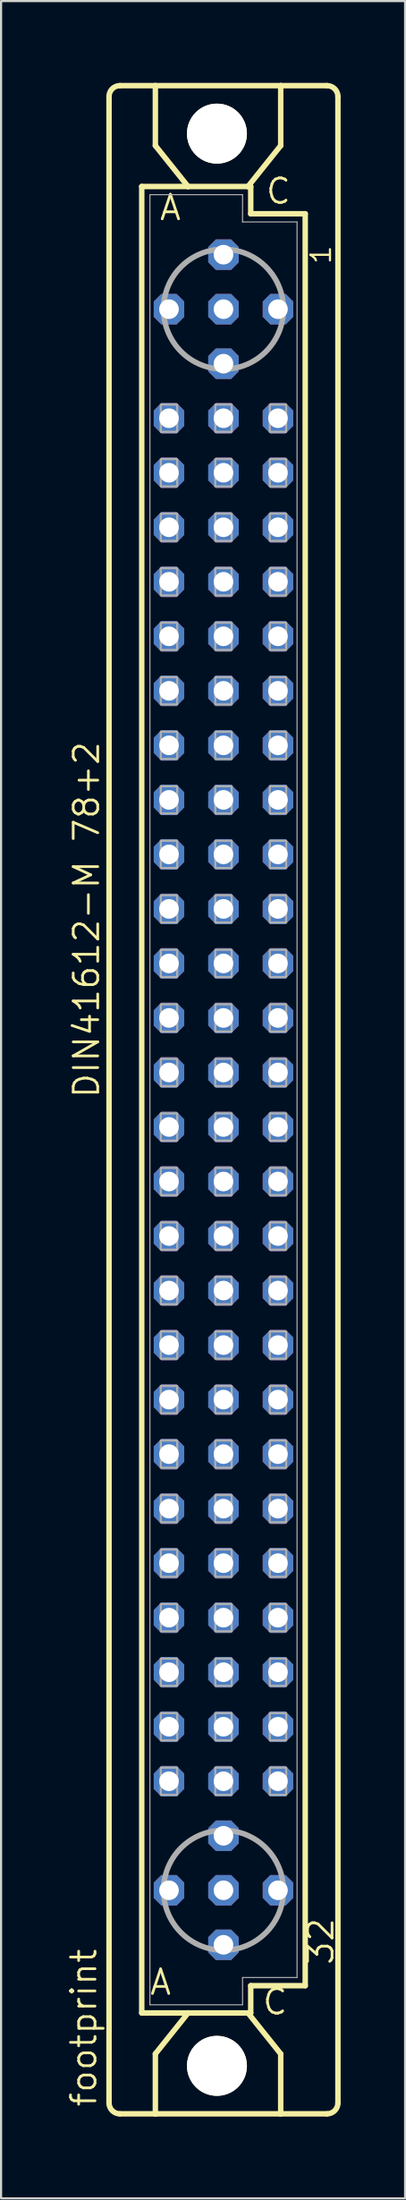
<source format=kicad_pcb>
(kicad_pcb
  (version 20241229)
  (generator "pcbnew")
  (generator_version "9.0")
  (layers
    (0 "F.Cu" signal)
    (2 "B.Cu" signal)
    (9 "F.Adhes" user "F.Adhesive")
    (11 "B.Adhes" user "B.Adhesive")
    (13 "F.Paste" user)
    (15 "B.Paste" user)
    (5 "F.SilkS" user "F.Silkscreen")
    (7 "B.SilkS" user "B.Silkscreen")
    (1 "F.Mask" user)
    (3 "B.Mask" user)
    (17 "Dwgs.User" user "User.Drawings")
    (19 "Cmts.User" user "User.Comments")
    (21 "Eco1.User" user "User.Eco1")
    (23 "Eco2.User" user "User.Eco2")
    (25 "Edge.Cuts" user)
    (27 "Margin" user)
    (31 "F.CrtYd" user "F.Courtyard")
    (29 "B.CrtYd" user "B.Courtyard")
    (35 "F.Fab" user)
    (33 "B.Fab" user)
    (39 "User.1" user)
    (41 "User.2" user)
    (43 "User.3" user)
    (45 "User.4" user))
  (footprint "footprint"
    (layer "F.Cu")
    (at 7.366 48.184)
    (property "Reference" "footprint" (at -5.842 46.99 90) (layer "F.SilkS") (effects (font (size 1.143 1.143) (thickness 0.127)) (justify left bottom)))
    (fp_line (start -5.334 46.736) (end -5.334 -46.736) (stroke (width 0.254) (type solid)) (layer "F.SilkS"))
    (fp_line (start -4.826 -47.244) (end -3.175 -47.244) (stroke (width 0.254) (type solid)) (layer "F.SilkS"))
    (fp_line (start -4.826 47.244) (end -3.175 47.244) (stroke (width 0.254) (type solid)) (layer "F.SilkS"))
    (fp_line (start -3.81 -42.545) (end -3.81 42.545) (stroke (width 0.254) (type solid)) (layer "F.SilkS"))
    (fp_line (start -3.81 42.545) (end -1.651 42.545) (stroke (width 0.254) (type solid)) (layer "F.SilkS"))
    (fp_line (start -3.175 -47.244) (end -3.175 -44.45) (stroke (width 0.254) (type solid)) (layer "F.SilkS"))
    (fp_line (start -3.175 47.244) (end -3.175 44.45) (stroke (width 0.254) (type solid)) (layer "F.SilkS"))
    (fp_line (start -3.175 47.244) (end 2.667 47.244) (stroke (width 0.254) (type solid)) (layer "F.SilkS"))
    (fp_line (start -1.651 -42.545) (end -3.81 -42.545) (stroke (width 0.254) (type solid)) (layer "F.SilkS"))
    (fp_line (start -1.651 -42.545) (end -3.175 -44.45) (stroke (width 0.254) (type solid)) (layer "F.SilkS"))
    (fp_line (start -1.651 42.545) (end -3.175 44.45) (stroke (width 0.254) (type solid)) (layer "F.SilkS"))
    (fp_line (start -1.651 42.545) (end 1.143 42.545) (stroke (width 0.254) (type solid)) (layer "F.SilkS"))
    (fp_line (start 1.143 -42.545) (end -1.651 -42.545) (stroke (width 0.254) (type solid)) (layer "F.SilkS"))
    (fp_line (start 1.143 -42.545) (end 2.667 -44.45) (stroke (width 0.254) (type solid)) (layer "F.SilkS"))
    (fp_line (start 1.143 42.545) (end 1.27 42.545) (stroke (width 0.254) (type solid)) (layer "F.SilkS"))
    (fp_line (start 1.143 42.545) (end 2.667 44.45) (stroke (width 0.254) (type solid)) (layer "F.SilkS"))
    (fp_line (start 1.27 -42.545) (end 1.143 -42.545) (stroke (width 0.254) (type solid)) (layer "F.SilkS"))
    (fp_line (start 1.27 -41.275) (end 1.27 -42.545) (stroke (width 0.254) (type solid)) (layer "F.SilkS"))
    (fp_line (start 1.27 41.275) (end 3.81 41.275) (stroke (width 0.254) (type solid)) (layer "F.SilkS"))
    (fp_line (start 1.27 42.545) (end 1.27 41.275) (stroke (width 0.254) (type solid)) (layer "F.SilkS"))
    (fp_line (start 2.667 -47.244) (end -3.175 -47.244) (stroke (width 0.254) (type solid)) (layer "F.SilkS"))
    (fp_line (start 2.667 -47.244) (end 2.667 -44.45) (stroke (width 0.254) (type solid)) (layer "F.SilkS"))
    (fp_line (start 2.667 47.244) (end 2.667 44.45) (stroke (width 0.254) (type solid)) (layer "F.SilkS"))
    (fp_line (start 2.667 47.244) (end 4.826 47.244) (stroke (width 0.254) (type solid)) (layer "F.SilkS"))
    (fp_line (start 3.81 -41.275) (end 1.27 -41.275) (stroke (width 0.254) (type solid)) (layer "F.SilkS"))
    (fp_line (start 3.81 41.275) (end 3.81 -41.275) (stroke (width 0.254) (type solid)) (layer "F.SilkS"))
    (fp_line (start 4.826 -47.244) (end 2.667 -47.244) (stroke (width 0.254) (type solid)) (layer "F.SilkS"))
    (fp_line (start 5.334 46.736) (end 5.334 -46.736) (stroke (width 0.254) (type solid)) (layer "F.SilkS"))
    (fp_arc (start -5.334 -46.736) (mid -5.18521 -47.09521) (end -4.826 -47.244) (stroke (width 0.254) (type solid)) (layer "F.SilkS"))
    (fp_arc (start -4.826 47.244) (mid -5.18521 47.09521) (end -5.334 46.736) (stroke (width 0.254) (type solid)) (layer "F.SilkS"))
    (fp_arc (start 4.826 -47.244) (mid 5.18521 -47.09521) (end 5.334 -46.736) (stroke (width 0.254) (type solid)) (layer "F.SilkS"))
    (fp_arc (start 5.334 46.736) (mid 5.18521 47.09521) (end 4.826 47.244) (stroke (width 0.254) (type solid)) (layer "F.SilkS"))
    (fp_circle (center -0.305 -45.009) (end 0.965 -45.009) (stroke (width 0.254) (type solid)) (fill no) (layer "F.SilkS"))
    (fp_circle (center -0.305 45.009) (end 0.965 45.009) (stroke (width 0.254) (type solid)) (fill no) (layer "F.SilkS"))
    (fp_line (start -3.429 -42.164) (end -3.429 42.164) (stroke (width 0.051) (type solid)) (layer "F.Fab"))
    (fp_line (start -3.429 -42.164) (end 0.889 -42.164) (stroke (width 0.051) (type solid)) (layer "F.Fab"))
    (fp_line (start -3.429 42.164) (end 0.889 42.164) (stroke (width 0.051) (type solid)) (layer "F.Fab"))
    (fp_line (start 0.889 -42.164) (end 0.889 -40.894) (stroke (width 0.051) (type solid)) (layer "F.Fab"))
    (fp_line (start 0.889 -40.894) (end 3.429 -40.894) (stroke (width 0.051) (type solid)) (layer "F.Fab"))
    (fp_line (start 0.889 40.894) (end 3.429 40.894) (stroke (width 0.051) (type solid)) (layer "F.Fab"))
    (fp_line (start 0.889 42.164) (end 0.889 40.894) (stroke (width 0.051) (type solid)) (layer "F.Fab"))
    (fp_line (start 3.429 -40.894) (end 3.429 40.894) (stroke (width 0.051) (type solid)) (layer "F.Fab"))
    (fp_circle (center 0 -36.83) (end 2.794 -36.83) (stroke (width 0.254) (type solid)) (fill no) (layer "F.Fab"))
    (fp_circle (center 0 36.83) (end 2.794 36.83) (stroke (width 0.254) (type solid)) (fill no) (layer "F.Fab"))
    (fp_poly (pts (xy -2.921 -31.115) (xy -2.159 -31.115) (xy -2.159 -32.385) (xy -2.921 -32.385)) (stroke (width 0.1) (type solid)) (fill no) (layer "F.Fab"))
    (fp_poly (pts (xy -2.921 -28.575) (xy -2.159 -28.575) (xy -2.159 -29.845) (xy -2.921 -29.845)) (stroke (width 0.1) (type solid)) (fill no) (layer "F.Fab"))
    (fp_poly (pts (xy -2.921 -26.035) (xy -2.159 -26.035) (xy -2.159 -27.305) (xy -2.921 -27.305)) (stroke (width 0.1) (type solid)) (fill no) (layer "F.Fab"))
    (fp_poly (pts (xy -2.921 -23.495) (xy -2.159 -23.495) (xy -2.159 -24.765) (xy -2.921 -24.765)) (stroke (width 0.1) (type solid)) (fill no) (layer "F.Fab"))
    (fp_poly (pts (xy -2.921 -20.955) (xy -2.159 -20.955) (xy -2.159 -22.225) (xy -2.921 -22.225)) (stroke (width 0.1) (type solid)) (fill no) (layer "F.Fab"))
    (fp_poly (pts (xy -2.921 -18.415) (xy -2.159 -18.415) (xy -2.159 -19.685) (xy -2.921 -19.685)) (stroke (width 0.1) (type solid)) (fill no) (layer "F.Fab"))
    (fp_poly (pts (xy -2.921 -15.875) (xy -2.159 -15.875) (xy -2.159 -17.145) (xy -2.921 -17.145)) (stroke (width 0.1) (type solid)) (fill no) (layer "F.Fab"))
    (fp_poly (pts (xy -2.921 -13.335) (xy -2.159 -13.335) (xy -2.159 -14.605) (xy -2.921 -14.605)) (stroke (width 0.1) (type solid)) (fill no) (layer "F.Fab"))
    (fp_poly (pts (xy -2.921 -10.795) (xy -2.159 -10.795) (xy -2.159 -12.065) (xy -2.921 -12.065)) (stroke (width 0.1) (type solid)) (fill no) (layer "F.Fab"))
    (fp_poly (pts (xy -2.921 -8.255) (xy -2.159 -8.255) (xy -2.159 -9.525) (xy -2.921 -9.525)) (stroke (width 0.1) (type solid)) (fill no) (layer "F.Fab"))
    (fp_poly (pts (xy -2.921 -5.715) (xy -2.159 -5.715) (xy -2.159 -6.985) (xy -2.921 -6.985)) (stroke (width 0.1) (type solid)) (fill no) (layer "F.Fab"))
    (fp_poly (pts (xy -2.921 -3.175) (xy -2.159 -3.175) (xy -2.159 -4.445) (xy -2.921 -4.445)) (stroke (width 0.1) (type solid)) (fill no) (layer "F.Fab"))
    (fp_poly (pts (xy -2.921 -0.635) (xy -2.159 -0.635) (xy -2.159 -1.905) (xy -2.921 -1.905)) (stroke (width 0.1) (type solid)) (fill no) (layer "F.Fab"))
    (fp_poly (pts (xy -2.921 1.905) (xy -2.159 1.905) (xy -2.159 0.635) (xy -2.921 0.635)) (stroke (width 0.1) (type solid)) (fill no) (layer "F.Fab"))
    (fp_poly (pts (xy -2.921 4.445) (xy -2.159 4.445) (xy -2.159 3.175) (xy -2.921 3.175)) (stroke (width 0.1) (type solid)) (fill no) (layer "F.Fab"))
    (fp_poly (pts (xy -2.921 6.985) (xy -2.159 6.985) (xy -2.159 5.715) (xy -2.921 5.715)) (stroke (width 0.1) (type solid)) (fill no) (layer "F.Fab"))
    (fp_poly (pts (xy -2.921 9.525) (xy -2.159 9.525) (xy -2.159 8.255) (xy -2.921 8.255)) (stroke (width 0.1) (type solid)) (fill no) (layer "F.Fab"))
    (fp_poly (pts (xy -2.921 12.065) (xy -2.159 12.065) (xy -2.159 10.795) (xy -2.921 10.795)) (stroke (width 0.1) (type solid)) (fill no) (layer "F.Fab"))
    (fp_poly (pts (xy -2.921 14.605) (xy -2.159 14.605) (xy -2.159 13.335) (xy -2.921 13.335)) (stroke (width 0.1) (type solid)) (fill no) (layer "F.Fab"))
    (fp_poly (pts (xy -2.921 17.145) (xy -2.159 17.145) (xy -2.159 15.875) (xy -2.921 15.875)) (stroke (width 0.1) (type solid)) (fill no) (layer "F.Fab"))
    (fp_poly (pts (xy -2.921 19.685) (xy -2.159 19.685) (xy -2.159 18.415) (xy -2.921 18.415)) (stroke (width 0.1) (type solid)) (fill no) (layer "F.Fab"))
    (fp_poly (pts (xy -2.921 22.225) (xy -2.159 22.225) (xy -2.159 20.955) (xy -2.921 20.955)) (stroke (width 0.1) (type solid)) (fill no) (layer "F.Fab"))
    (fp_poly (pts (xy -2.921 24.765) (xy -2.159 24.765) (xy -2.159 23.495) (xy -2.921 23.495)) (stroke (width 0.1) (type solid)) (fill no) (layer "F.Fab"))
    (fp_poly (pts (xy -2.921 27.305) (xy -2.159 27.305) (xy -2.159 26.035) (xy -2.921 26.035)) (stroke (width 0.1) (type solid)) (fill no) (layer "F.Fab"))
    (fp_poly (pts (xy -2.921 29.845) (xy -2.159 29.845) (xy -2.159 28.575) (xy -2.921 28.575)) (stroke (width 0.1) (type solid)) (fill no) (layer "F.Fab"))
    (fp_poly (pts (xy -2.921 32.385) (xy -2.159 32.385) (xy -2.159 31.115) (xy -2.921 31.115)) (stroke (width 0.1) (type solid)) (fill no) (layer "F.Fab"))
    (fp_poly (pts (xy -0.381 -31.115) (xy 0.381 -31.115) (xy 0.381 -32.385) (xy -0.381 -32.385)) (stroke (width 0.1) (type solid)) (fill no) (layer "F.Fab"))
    (fp_poly (pts (xy -0.381 -28.575) (xy 0.381 -28.575) (xy 0.381 -29.845) (xy -0.381 -29.845)) (stroke (width 0.1) (type solid)) (fill no) (layer "F.Fab"))
    (fp_poly (pts (xy -0.381 -26.035) (xy 0.381 -26.035) (xy 0.381 -27.305) (xy -0.381 -27.305)) (stroke (width 0.1) (type solid)) (fill no) (layer "F.Fab"))
    (fp_poly (pts (xy -0.381 -23.495) (xy 0.381 -23.495) (xy 0.381 -24.765) (xy -0.381 -24.765)) (stroke (width 0.1) (type solid)) (fill no) (layer "F.Fab"))
    (fp_poly (pts (xy -0.381 -20.955) (xy 0.381 -20.955) (xy 0.381 -22.225) (xy -0.381 -22.225)) (stroke (width 0.1) (type solid)) (fill no) (layer "F.Fab"))
    (fp_poly (pts (xy -0.381 -18.415) (xy 0.381 -18.415) (xy 0.381 -19.685) (xy -0.381 -19.685)) (stroke (width 0.1) (type solid)) (fill no) (layer "F.Fab"))
    (fp_poly (pts (xy -0.381 -15.875) (xy 0.381 -15.875) (xy 0.381 -17.145) (xy -0.381 -17.145)) (stroke (width 0.1) (type solid)) (fill no) (layer "F.Fab"))
    (fp_poly (pts (xy -0.381 -13.335) (xy 0.381 -13.335) (xy 0.381 -14.605) (xy -0.381 -14.605)) (stroke (width 0.1) (type solid)) (fill no) (layer "F.Fab"))
    (fp_poly (pts (xy -0.381 -10.795) (xy 0.381 -10.795) (xy 0.381 -12.065) (xy -0.381 -12.065)) (stroke (width 0.1) (type solid)) (fill no) (layer "F.Fab"))
    (fp_poly (pts (xy -0.381 -8.255) (xy 0.381 -8.255) (xy 0.381 -9.525) (xy -0.381 -9.525)) (stroke (width 0.1) (type solid)) (fill no) (layer "F.Fab"))
    (fp_poly (pts (xy -0.381 -5.715) (xy 0.381 -5.715) (xy 0.381 -6.985) (xy -0.381 -6.985)) (stroke (width 0.1) (type solid)) (fill no) (layer "F.Fab"))
    (fp_poly (pts (xy -0.381 -3.175) (xy 0.381 -3.175) (xy 0.381 -4.445) (xy -0.381 -4.445)) (stroke (width 0.1) (type solid)) (fill no) (layer "F.Fab"))
    (fp_poly (pts (xy -0.381 -0.635) (xy 0.381 -0.635) (xy 0.381 -1.905) (xy -0.381 -1.905)) (stroke (width 0.1) (type solid)) (fill no) (layer "F.Fab"))
    (fp_poly (pts (xy -0.381 1.905) (xy 0.381 1.905) (xy 0.381 0.635) (xy -0.381 0.635)) (stroke (width 0.1) (type solid)) (fill no) (layer "F.Fab"))
    (fp_poly (pts (xy -0.381 4.445) (xy 0.381 4.445) (xy 0.381 3.175) (xy -0.381 3.175)) (stroke (width 0.1) (type solid)) (fill no) (layer "F.Fab"))
    (fp_poly (pts (xy -0.381 6.985) (xy 0.381 6.985) (xy 0.381 5.715) (xy -0.381 5.715)) (stroke (width 0.1) (type solid)) (fill no) (layer "F.Fab"))
    (fp_poly (pts (xy -0.381 9.525) (xy 0.381 9.525) (xy 0.381 8.255) (xy -0.381 8.255)) (stroke (width 0.1) (type solid)) (fill no) (layer "F.Fab"))
    (fp_poly (pts (xy -0.381 12.065) (xy 0.381 12.065) (xy 0.381 10.795) (xy -0.381 10.795)) (stroke (width 0.1) (type solid)) (fill no) (layer "F.Fab"))
    (fp_poly (pts (xy -0.381 14.605) (xy 0.381 14.605) (xy 0.381 13.335) (xy -0.381 13.335)) (stroke (width 0.1) (type solid)) (fill no) (layer "F.Fab"))
    (fp_poly (pts (xy -0.381 17.145) (xy 0.381 17.145) (xy 0.381 15.875) (xy -0.381 15.875)) (stroke (width 0.1) (type solid)) (fill no) (layer "F.Fab"))
    (fp_poly (pts (xy -0.381 19.685) (xy 0.381 19.685) (xy 0.381 18.415) (xy -0.381 18.415)) (stroke (width 0.1) (type solid)) (fill no) (layer "F.Fab"))
    (fp_poly (pts (xy -0.381 22.225) (xy 0.381 22.225) (xy 0.381 20.955) (xy -0.381 20.955)) (stroke (width 0.1) (type solid)) (fill no) (layer "F.Fab"))
    (fp_poly (pts (xy -0.381 24.765) (xy 0.381 24.765) (xy 0.381 23.495) (xy -0.381 23.495)) (stroke (width 0.1) (type solid)) (fill no) (layer "F.Fab"))
    (fp_poly (pts (xy -0.381 27.305) (xy 0.381 27.305) (xy 0.381 26.035) (xy -0.381 26.035)) (stroke (width 0.1) (type solid)) (fill no) (layer "F.Fab"))
    (fp_poly (pts (xy -0.381 29.845) (xy 0.381 29.845) (xy 0.381 28.575) (xy -0.381 28.575)) (stroke (width 0.1) (type solid)) (fill no) (layer "F.Fab"))
    (fp_poly (pts (xy -0.381 32.385) (xy 0.381 32.385) (xy 0.381 31.115) (xy -0.381 31.115)) (stroke (width 0.1) (type solid)) (fill no) (layer "F.Fab"))
    (fp_poly (pts (xy 2.159 -31.115) (xy 2.921 -31.115) (xy 2.921 -32.385) (xy 2.159 -32.385)) (stroke (width 0.1) (type solid)) (fill no) (layer "F.Fab"))
    (fp_poly (pts (xy 2.159 -28.575) (xy 2.921 -28.575) (xy 2.921 -29.845) (xy 2.159 -29.845)) (stroke (width 0.1) (type solid)) (fill no) (layer "F.Fab"))
    (fp_poly (pts (xy 2.159 -26.035) (xy 2.921 -26.035) (xy 2.921 -27.305) (xy 2.159 -27.305)) (stroke (width 0.1) (type solid)) (fill no) (layer "F.Fab"))
    (fp_poly (pts (xy 2.159 -23.495) (xy 2.921 -23.495) (xy 2.921 -24.765) (xy 2.159 -24.765)) (stroke (width 0.1) (type solid)) (fill no) (layer "F.Fab"))
    (fp_poly (pts (xy 2.159 -20.955) (xy 2.921 -20.955) (xy 2.921 -22.225) (xy 2.159 -22.225)) (stroke (width 0.1) (type solid)) (fill no) (layer "F.Fab"))
    (fp_poly (pts (xy 2.159 -18.415) (xy 2.921 -18.415) (xy 2.921 -19.685) (xy 2.159 -19.685)) (stroke (width 0.1) (type solid)) (fill no) (layer "F.Fab"))
    (fp_poly (pts (xy 2.159 -15.875) (xy 2.921 -15.875) (xy 2.921 -17.145) (xy 2.159 -17.145)) (stroke (width 0.1) (type solid)) (fill no) (layer "F.Fab"))
    (fp_poly (pts (xy 2.159 -13.335) (xy 2.921 -13.335) (xy 2.921 -14.605) (xy 2.159 -14.605)) (stroke (width 0.1) (type solid)) (fill no) (layer "F.Fab"))
    (fp_poly (pts (xy 2.159 -10.795) (xy 2.921 -10.795) (xy 2.921 -12.065) (xy 2.159 -12.065)) (stroke (width 0.1) (type solid)) (fill no) (layer "F.Fab"))
    (fp_poly (pts (xy 2.159 -8.255) (xy 2.921 -8.255) (xy 2.921 -9.525) (xy 2.159 -9.525)) (stroke (width 0.1) (type solid)) (fill no) (layer "F.Fab"))
    (fp_poly (pts (xy 2.159 -5.715) (xy 2.921 -5.715) (xy 2.921 -6.985) (xy 2.159 -6.985)) (stroke (width 0.1) (type solid)) (fill no) (layer "F.Fab"))
    (fp_poly (pts (xy 2.159 -3.175) (xy 2.921 -3.175) (xy 2.921 -4.445) (xy 2.159 -4.445)) (stroke (width 0.1) (type solid)) (fill no) (layer "F.Fab"))
    (fp_poly (pts (xy 2.159 -0.635) (xy 2.921 -0.635) (xy 2.921 -1.905) (xy 2.159 -1.905)) (stroke (width 0.1) (type solid)) (fill no) (layer "F.Fab"))
    (fp_poly (pts (xy 2.159 1.905) (xy 2.921 1.905) (xy 2.921 0.635) (xy 2.159 0.635)) (stroke (width 0.1) (type solid)) (fill no) (layer "F.Fab"))
    (fp_poly (pts (xy 2.159 4.445) (xy 2.921 4.445) (xy 2.921 3.175) (xy 2.159 3.175)) (stroke (width 0.1) (type solid)) (fill no) (layer "F.Fab"))
    (fp_poly (pts (xy 2.159 6.985) (xy 2.921 6.985) (xy 2.921 5.715) (xy 2.159 5.715)) (stroke (width 0.1) (type solid)) (fill no) (layer "F.Fab"))
    (fp_poly (pts (xy 2.159 9.525) (xy 2.921 9.525) (xy 2.921 8.255) (xy 2.159 8.255)) (stroke (width 0.1) (type solid)) (fill no) (layer "F.Fab"))
    (fp_poly (pts (xy 2.159 12.065) (xy 2.921 12.065) (xy 2.921 10.795) (xy 2.159 10.795)) (stroke (width 0.1) (type solid)) (fill no) (layer "F.Fab"))
    (fp_poly (pts (xy 2.159 14.605) (xy 2.921 14.605) (xy 2.921 13.335) (xy 2.159 13.335)) (stroke (width 0.1) (type solid)) (fill no) (layer "F.Fab"))
    (fp_poly (pts (xy 2.159 17.145) (xy 2.921 17.145) (xy 2.921 15.875) (xy 2.159 15.875)) (stroke (width 0.1) (type solid)) (fill no) (layer "F.Fab"))
    (fp_poly (pts (xy 2.159 19.685) (xy 2.921 19.685) (xy 2.921 18.415) (xy 2.159 18.415)) (stroke (width 0.1) (type solid)) (fill no) (layer "F.Fab"))
    (fp_poly (pts (xy 2.159 22.225) (xy 2.921 22.225) (xy 2.921 20.955) (xy 2.159 20.955)) (stroke (width 0.1) (type solid)) (fill no) (layer "F.Fab"))
    (fp_poly (pts (xy 2.159 24.765) (xy 2.921 24.765) (xy 2.921 23.495) (xy 2.159 23.495)) (stroke (width 0.1) (type solid)) (fill no) (layer "F.Fab"))
    (fp_poly (pts (xy 2.159 27.305) (xy 2.921 27.305) (xy 2.921 26.035) (xy 2.159 26.035)) (stroke (width 0.1) (type solid)) (fill no) (layer "F.Fab"))
    (fp_poly (pts (xy 2.159 29.845) (xy 2.921 29.845) (xy 2.921 28.575) (xy 2.159 28.575)) (stroke (width 0.1) (type solid)) (fill no) (layer "F.Fab"))
    (fp_poly (pts (xy 2.159 32.385) (xy 2.921 32.385) (xy 2.921 31.115) (xy 2.159 31.115)) (stroke (width 0.1) (type solid)) (fill no) (layer "F.Fab"))
    (fp_text user "32" (at 5.207 40.386 90) (layer "F.SilkS") (effects (font (size 1.143 1.143) (thickness 0.127)) (justify left bottom)))
    (fp_text user " C " (at 0.878 42.699 0) (layer "F.SilkS") (effects (font (size 1.143 1.143) (thickness 0.127)) (justify left bottom)))
    (fp_text user "A" (at -3.048 -40.894 0) (layer "F.SilkS") (effects (font (size 1.143 1.143) (thickness 0.127)) (justify left bottom)))
    (fp_text user "DIN41612-M 78+2" (at -5.715 0 90) (layer "F.SilkS") (effects (font (size 1.143 1.143) (thickness 0.127)) (justify left bottom)))
    (fp_text user "C" (at 1.905 -41.656 0) (layer "F.SilkS") (effects (font (size 1.143 1.143) (thickness 0.127)) (justify left bottom)))
    (fp_text user " A " (at -4.375 41.783 0) (layer "F.SilkS") (effects (font (size 1.143 1.143) (thickness 0.127)) (justify left bottom)))
    (fp_text user "1" (at 5.08 -38.862 90) (layer "F.SilkS") (effects (font (size 0.914 0.914) (thickness 0.102)) (justify left bottom)))
    (pad "" np_thru_hole circle (at -0.305 -45.009) (size 2.794 2.794) (drill 2.794) (layers "*.Cu" "*.Mask"))
    (pad "" np_thru_hole circle (at -0.305 45.009) (size 2.794 2.794) (drill 2.794) (layers "*.Cu" "*.Mask"))
    (pad "A2" thru_hole roundrect (at -2.54 -36.83) (size 1.422 1.422) (drill 0.914) (layers "*.Cu" "*.Mask") (roundrect_rratio 0.25) (chamfer_ratio 0.25) (chamfer top_left top_right bottom_left bottom_right))
    (pad "A4" thru_hole roundrect (at -2.54 -31.75) (size 1.422 1.422) (drill 0.914) (layers "*.Cu" "*.Mask") (roundrect_rratio 0.25) (chamfer_ratio 0.25) (chamfer top_left top_right bottom_left bottom_right))
    (pad "A5" thru_hole roundrect (at -2.54 -29.21) (size 1.422 1.422) (drill 0.914) (layers "*.Cu" "*.Mask") (roundrect_rratio 0.25) (chamfer_ratio 0.25) (chamfer top_left top_right bottom_left bottom_right))
    (pad "A6" thru_hole roundrect (at -2.54 -26.67) (size 1.422 1.422) (drill 0.914) (layers "*.Cu" "*.Mask") (roundrect_rratio 0.25) (chamfer_ratio 0.25) (chamfer top_left top_right bottom_left bottom_right))
    (pad "A7" thru_hole roundrect (at -2.54 -24.13) (size 1.422 1.422) (drill 0.914) (layers "*.Cu" "*.Mask") (roundrect_rratio 0.25) (chamfer_ratio 0.25) (chamfer top_left top_right bottom_left bottom_right))
    (pad "A8" thru_hole roundrect (at -2.54 -21.59) (size 1.422 1.422) (drill 0.914) (layers "*.Cu" "*.Mask") (roundrect_rratio 0.25) (chamfer_ratio 0.25) (chamfer top_left top_right bottom_left bottom_right))
    (pad "A9" thru_hole roundrect (at -2.54 -19.05) (size 1.422 1.422) (drill 0.914) (layers "*.Cu" "*.Mask") (roundrect_rratio 0.25) (chamfer_ratio 0.25) (chamfer top_left top_right bottom_left bottom_right))
    (pad "A10" thru_hole roundrect (at -2.54 -16.51) (size 1.422 1.422) (drill 0.914) (layers "*.Cu" "*.Mask") (roundrect_rratio 0.25) (chamfer_ratio 0.25) (chamfer top_left top_right bottom_left bottom_right))
    (pad "A11" thru_hole roundrect (at -2.54 -13.97) (size 1.422 1.422) (drill 0.914) (layers "*.Cu" "*.Mask") (roundrect_rratio 0.25) (chamfer_ratio 0.25) (chamfer top_left top_right bottom_left bottom_right))
    (pad "A12" thru_hole roundrect (at -2.54 -11.43) (size 1.422 1.422) (drill 0.914) (layers "*.Cu" "*.Mask") (roundrect_rratio 0.25) (chamfer_ratio 0.25) (chamfer top_left top_right bottom_left bottom_right))
    (pad "A13" thru_hole roundrect (at -2.54 -8.89) (size 1.422 1.422) (drill 0.914) (layers "*.Cu" "*.Mask") (roundrect_rratio 0.25) (chamfer_ratio 0.25) (chamfer top_left top_right bottom_left bottom_right))
    (pad "A14" thru_hole roundrect (at -2.54 -6.35) (size 1.422 1.422) (drill 0.914) (layers "*.Cu" "*.Mask") (roundrect_rratio 0.25) (chamfer_ratio 0.25) (chamfer top_left top_right bottom_left bottom_right))
    (pad "A15" thru_hole roundrect (at -2.54 -3.81) (size 1.422 1.422) (drill 0.914) (layers "*.Cu" "*.Mask") (roundrect_rratio 0.25) (chamfer_ratio 0.25) (chamfer top_left top_right bottom_left bottom_right))
    (pad "A16" thru_hole roundrect (at -2.54 -1.27) (size 1.422 1.422) (drill 0.914) (layers "*.Cu" "*.Mask") (roundrect_rratio 0.25) (chamfer_ratio 0.25) (chamfer top_left top_right bottom_left bottom_right))
    (pad "A17" thru_hole roundrect (at -2.54 1.27) (size 1.422 1.422) (drill 0.914) (layers "*.Cu" "*.Mask") (roundrect_rratio 0.25) (chamfer_ratio 0.25) (chamfer top_left top_right bottom_left bottom_right))
    (pad "A18" thru_hole roundrect (at -2.54 3.81) (size 1.422 1.422) (drill 0.914) (layers "*.Cu" "*.Mask") (roundrect_rratio 0.25) (chamfer_ratio 0.25) (chamfer top_left top_right bottom_left bottom_right))
    (pad "A19" thru_hole roundrect (at -2.54 6.35) (size 1.422 1.422) (drill 0.914) (layers "*.Cu" "*.Mask") (roundrect_rratio 0.25) (chamfer_ratio 0.25) (chamfer top_left top_right bottom_left bottom_right))
    (pad "A20" thru_hole roundrect (at -2.54 8.89) (size 1.422 1.422) (drill 0.914) (layers "*.Cu" "*.Mask") (roundrect_rratio 0.25) (chamfer_ratio 0.25) (chamfer top_left top_right bottom_left bottom_right))
    (pad "A21" thru_hole roundrect (at -2.54 11.43) (size 1.422 1.422) (drill 0.914) (layers "*.Cu" "*.Mask") (roundrect_rratio 0.25) (chamfer_ratio 0.25) (chamfer top_left top_right bottom_left bottom_right))
    (pad "A22" thru_hole roundrect (at -2.54 13.97) (size 1.422 1.422) (drill 0.914) (layers "*.Cu" "*.Mask") (roundrect_rratio 0.25) (chamfer_ratio 0.25) (chamfer top_left top_right bottom_left bottom_right))
    (pad "A23" thru_hole roundrect (at -2.54 16.51) (size 1.422 1.422) (drill 0.914) (layers "*.Cu" "*.Mask") (roundrect_rratio 0.25) (chamfer_ratio 0.25) (chamfer top_left top_right bottom_left bottom_right))
    (pad "A24" thru_hole roundrect (at -2.54 19.05) (size 1.422 1.422) (drill 0.914) (layers "*.Cu" "*.Mask") (roundrect_rratio 0.25) (chamfer_ratio 0.25) (chamfer top_left top_right bottom_left bottom_right))
    (pad "A25" thru_hole roundrect (at -2.54 21.59) (size 1.422 1.422) (drill 0.914) (layers "*.Cu" "*.Mask") (roundrect_rratio 0.25) (chamfer_ratio 0.25) (chamfer top_left top_right bottom_left bottom_right))
    (pad "A26" thru_hole roundrect (at -2.54 24.13) (size 1.422 1.422) (drill 0.914) (layers "*.Cu" "*.Mask") (roundrect_rratio 0.25) (chamfer_ratio 0.25) (chamfer top_left top_right bottom_left bottom_right))
    (pad "A27" thru_hole roundrect (at -2.54 26.67) (size 1.422 1.422) (drill 0.914) (layers "*.Cu" "*.Mask") (roundrect_rratio 0.25) (chamfer_ratio 0.25) (chamfer top_left top_right bottom_left bottom_right))
    (pad "A28" thru_hole roundrect (at -2.54 29.21) (size 1.422 1.422) (drill 0.914) (layers "*.Cu" "*.Mask") (roundrect_rratio 0.25) (chamfer_ratio 0.25) (chamfer top_left top_right bottom_left bottom_right))
    (pad "A29" thru_hole roundrect (at -2.54 31.75) (size 1.422 1.422) (drill 0.914) (layers "*.Cu" "*.Mask") (roundrect_rratio 0.25) (chamfer_ratio 0.25) (chamfer top_left top_right bottom_left bottom_right))
    (pad "A31" thru_hole roundrect (at -2.54 36.83) (size 1.422 1.422) (drill 0.914) (layers "*.Cu" "*.Mask") (roundrect_rratio 0.25) (chamfer_ratio 0.25) (chamfer top_left top_right bottom_left bottom_right))
    (pad "B1" thru_hole roundrect (at 0 -39.37) (size 1.422 1.422) (drill 0.914) (layers "*.Cu" "*.Mask") (roundrect_rratio 0.25) (chamfer_ratio 0.25) (chamfer top_left top_right bottom_left bottom_right))
    (pad "B2" thru_hole roundrect (at 0 -36.83) (size 1.422 1.422) (drill 0.914) (layers "*.Cu" "*.Mask") (roundrect_rratio 0.25) (chamfer_ratio 0.25) (chamfer top_left top_right bottom_left bottom_right))
    (pad "B3" thru_hole roundrect (at 0 -34.29) (size 1.422 1.422) (drill 0.914) (layers "*.Cu" "*.Mask") (roundrect_rratio 0.25) (chamfer_ratio 0.25) (chamfer top_left top_right bottom_left bottom_right))
    (pad "B4" thru_hole roundrect (at 0 -31.75) (size 1.422 1.422) (drill 0.914) (layers "*.Cu" "*.Mask") (roundrect_rratio 0.25) (chamfer_ratio 0.25) (chamfer top_left top_right bottom_left bottom_right))
    (pad "B5" thru_hole roundrect (at 0 -29.21) (size 1.422 1.422) (drill 0.914) (layers "*.Cu" "*.Mask") (roundrect_rratio 0.25) (chamfer_ratio 0.25) (chamfer top_left top_right bottom_left bottom_right))
    (pad "B6" thru_hole roundrect (at 0 -26.67) (size 1.422 1.422) (drill 0.914) (layers "*.Cu" "*.Mask") (roundrect_rratio 0.25) (chamfer_ratio 0.25) (chamfer top_left top_right bottom_left bottom_right))
    (pad "B7" thru_hole roundrect (at 0 -24.13) (size 1.422 1.422) (drill 0.914) (layers "*.Cu" "*.Mask") (roundrect_rratio 0.25) (chamfer_ratio 0.25) (chamfer top_left top_right bottom_left bottom_right))
    (pad "B8" thru_hole roundrect (at 0 -21.59) (size 1.422 1.422) (drill 0.914) (layers "*.Cu" "*.Mask") (roundrect_rratio 0.25) (chamfer_ratio 0.25) (chamfer top_left top_right bottom_left bottom_right))
    (pad "B9" thru_hole roundrect (at 0 -19.05) (size 1.422 1.422) (drill 0.914) (layers "*.Cu" "*.Mask") (roundrect_rratio 0.25) (chamfer_ratio 0.25) (chamfer top_left top_right bottom_left bottom_right))
    (pad "B10" thru_hole roundrect (at 0 -16.51) (size 1.422 1.422) (drill 0.914) (layers "*.Cu" "*.Mask") (roundrect_rratio 0.25) (chamfer_ratio 0.25) (chamfer top_left top_right bottom_left bottom_right))
    (pad "B11" thru_hole roundrect (at 0 -13.97) (size 1.422 1.422) (drill 0.914) (layers "*.Cu" "*.Mask") (roundrect_rratio 0.25) (chamfer_ratio 0.25) (chamfer top_left top_right bottom_left bottom_right))
    (pad "B12" thru_hole roundrect (at 0 -11.43) (size 1.422 1.422) (drill 0.914) (layers "*.Cu" "*.Mask") (roundrect_rratio 0.25) (chamfer_ratio 0.25) (chamfer top_left top_right bottom_left bottom_right))
    (pad "B13" thru_hole roundrect (at 0 -8.89) (size 1.422 1.422) (drill 0.914) (layers "*.Cu" "*.Mask") (roundrect_rratio 0.25) (chamfer_ratio 0.25) (chamfer top_left top_right bottom_left bottom_right))
    (pad "B14" thru_hole roundrect (at 0 -6.35) (size 1.422 1.422) (drill 0.914) (layers "*.Cu" "*.Mask") (roundrect_rratio 0.25) (chamfer_ratio 0.25) (chamfer top_left top_right bottom_left bottom_right))
    (pad "B15" thru_hole roundrect (at 0 -3.81) (size 1.422 1.422) (drill 0.914) (layers "*.Cu" "*.Mask") (roundrect_rratio 0.25) (chamfer_ratio 0.25) (chamfer top_left top_right bottom_left bottom_right))
    (pad "B16" thru_hole roundrect (at 0 -1.27) (size 1.422 1.422) (drill 0.914) (layers "*.Cu" "*.Mask") (roundrect_rratio 0.25) (chamfer_ratio 0.25) (chamfer top_left top_right bottom_left bottom_right))
    (pad "B17" thru_hole roundrect (at 0 1.27) (size 1.422 1.422) (drill 0.914) (layers "*.Cu" "*.Mask") (roundrect_rratio 0.25) (chamfer_ratio 0.25) (chamfer top_left top_right bottom_left bottom_right))
    (pad "B18" thru_hole roundrect (at 0 3.81) (size 1.422 1.422) (drill 0.914) (layers "*.Cu" "*.Mask") (roundrect_rratio 0.25) (chamfer_ratio 0.25) (chamfer top_left top_right bottom_left bottom_right))
    (pad "B19" thru_hole roundrect (at 0 6.35) (size 1.422 1.422) (drill 0.914) (layers "*.Cu" "*.Mask") (roundrect_rratio 0.25) (chamfer_ratio 0.25) (chamfer top_left top_right bottom_left bottom_right))
    (pad "B20" thru_hole roundrect (at 0 8.89) (size 1.422 1.422) (drill 0.914) (layers "*.Cu" "*.Mask") (roundrect_rratio 0.25) (chamfer_ratio 0.25) (chamfer top_left top_right bottom_left bottom_right))
    (pad "B21" thru_hole roundrect (at 0 11.43) (size 1.422 1.422) (drill 0.914) (layers "*.Cu" "*.Mask") (roundrect_rratio 0.25) (chamfer_ratio 0.25) (chamfer top_left top_right bottom_left bottom_right))
    (pad "B22" thru_hole roundrect (at 0 13.97) (size 1.422 1.422) (drill 0.914) (layers "*.Cu" "*.Mask") (roundrect_rratio 0.25) (chamfer_ratio 0.25) (chamfer top_left top_right bottom_left bottom_right))
    (pad "B23" thru_hole roundrect (at 0 16.51) (size 1.422 1.422) (drill 0.914) (layers "*.Cu" "*.Mask") (roundrect_rratio 0.25) (chamfer_ratio 0.25) (chamfer top_left top_right bottom_left bottom_right))
    (pad "B24" thru_hole roundrect (at 0 19.05) (size 1.422 1.422) (drill 0.914) (layers "*.Cu" "*.Mask") (roundrect_rratio 0.25) (chamfer_ratio 0.25) (chamfer top_left top_right bottom_left bottom_right))
    (pad "B25" thru_hole roundrect (at 0 21.59) (size 1.422 1.422) (drill 0.914) (layers "*.Cu" "*.Mask") (roundrect_rratio 0.25) (chamfer_ratio 0.25) (chamfer top_left top_right bottom_left bottom_right))
    (pad "B26" thru_hole roundrect (at 0 24.13) (size 1.422 1.422) (drill 0.914) (layers "*.Cu" "*.Mask") (roundrect_rratio 0.25) (chamfer_ratio 0.25) (chamfer top_left top_right bottom_left bottom_right))
    (pad "B27" thru_hole roundrect (at 0 26.67) (size 1.422 1.422) (drill 0.914) (layers "*.Cu" "*.Mask") (roundrect_rratio 0.25) (chamfer_ratio 0.25) (chamfer top_left top_right bottom_left bottom_right))
    (pad "B28" thru_hole roundrect (at 0 29.21) (size 1.422 1.422) (drill 0.914) (layers "*.Cu" "*.Mask") (roundrect_rratio 0.25) (chamfer_ratio 0.25) (chamfer top_left top_right bottom_left bottom_right))
    (pad "B29" thru_hole roundrect (at 0 31.75) (size 1.422 1.422) (drill 0.914) (layers "*.Cu" "*.Mask") (roundrect_rratio 0.25) (chamfer_ratio 0.25) (chamfer top_left top_right bottom_left bottom_right))
    (pad "B30" thru_hole roundrect (at 0 34.29) (size 1.422 1.422) (drill 0.914) (layers "*.Cu" "*.Mask") (roundrect_rratio 0.25) (chamfer_ratio 0.25) (chamfer top_left top_right bottom_left bottom_right))
    (pad "B31" thru_hole roundrect (at 0 36.83) (size 1.422 1.422) (drill 0.914) (layers "*.Cu" "*.Mask") (roundrect_rratio 0.25) (chamfer_ratio 0.25) (chamfer top_left top_right bottom_left bottom_right))
    (pad "B32" thru_hole roundrect (at 0 39.37) (size 1.422 1.422) (drill 0.914) (layers "*.Cu" "*.Mask") (roundrect_rratio 0.25) (chamfer_ratio 0.25) (chamfer top_left top_right bottom_left bottom_right))
    (pad "C2" thru_hole roundrect (at 2.54 -36.83) (size 1.422 1.422) (drill 0.914) (layers "*.Cu" "*.Mask") (roundrect_rratio 0.25) (chamfer_ratio 0.25) (chamfer top_left top_right bottom_left bottom_right))
    (pad "C4" thru_hole roundrect (at 2.54 -31.75) (size 1.422 1.422) (drill 0.914) (layers "*.Cu" "*.Mask") (roundrect_rratio 0.25) (chamfer_ratio 0.25) (chamfer top_left top_right bottom_left bottom_right))
    (pad "C5" thru_hole roundrect (at 2.54 -29.21) (size 1.422 1.422) (drill 0.914) (layers "*.Cu" "*.Mask") (roundrect_rratio 0.25) (chamfer_ratio 0.25) (chamfer top_left top_right bottom_left bottom_right))
    (pad "C6" thru_hole roundrect (at 2.54 -26.67) (size 1.422 1.422) (drill 0.914) (layers "*.Cu" "*.Mask") (roundrect_rratio 0.25) (chamfer_ratio 0.25) (chamfer top_left top_right bottom_left bottom_right))
    (pad "C7" thru_hole roundrect (at 2.54 -24.13) (size 1.422 1.422) (drill 0.914) (layers "*.Cu" "*.Mask") (roundrect_rratio 0.25) (chamfer_ratio 0.25) (chamfer top_left top_right bottom_left bottom_right))
    (pad "C8" thru_hole roundrect (at 2.54 -21.59) (size 1.422 1.422) (drill 0.914) (layers "*.Cu" "*.Mask") (roundrect_rratio 0.25) (chamfer_ratio 0.25) (chamfer top_left top_right bottom_left bottom_right))
    (pad "C9" thru_hole roundrect (at 2.54 -19.05) (size 1.422 1.422) (drill 0.914) (layers "*.Cu" "*.Mask") (roundrect_rratio 0.25) (chamfer_ratio 0.25) (chamfer top_left top_right bottom_left bottom_right))
    (pad "C10" thru_hole roundrect (at 2.54 -16.51) (size 1.422 1.422) (drill 0.914) (layers "*.Cu" "*.Mask") (roundrect_rratio 0.25) (chamfer_ratio 0.25) (chamfer top_left top_right bottom_left bottom_right))
    (pad "C11" thru_hole roundrect (at 2.54 -13.97) (size 1.422 1.422) (drill 0.914) (layers "*.Cu" "*.Mask") (roundrect_rratio 0.25) (chamfer_ratio 0.25) (chamfer top_left top_right bottom_left bottom_right))
    (pad "C12" thru_hole roundrect (at 2.54 -11.43) (size 1.422 1.422) (drill 0.914) (layers "*.Cu" "*.Mask") (roundrect_rratio 0.25) (chamfer_ratio 0.25) (chamfer top_left top_right bottom_left bottom_right))
    (pad "C13" thru_hole roundrect (at 2.54 -8.89) (size 1.422 1.422) (drill 0.914) (layers "*.Cu" "*.Mask") (roundrect_rratio 0.25) (chamfer_ratio 0.25) (chamfer top_left top_right bottom_left bottom_right))
    (pad "C14" thru_hole roundrect (at 2.54 -6.35) (size 1.422 1.422) (drill 0.914) (layers "*.Cu" "*.Mask") (roundrect_rratio 0.25) (chamfer_ratio 0.25) (chamfer top_left top_right bottom_left bottom_right))
    (pad "C15" thru_hole roundrect (at 2.54 -3.81) (size 1.422 1.422) (drill 0.914) (layers "*.Cu" "*.Mask") (roundrect_rratio 0.25) (chamfer_ratio 0.25) (chamfer top_left top_right bottom_left bottom_right))
    (pad "C16" thru_hole roundrect (at 2.54 -1.27) (size 1.422 1.422) (drill 0.914) (layers "*.Cu" "*.Mask") (roundrect_rratio 0.25) (chamfer_ratio 0.25) (chamfer top_left top_right bottom_left bottom_right))
    (pad "C17" thru_hole roundrect (at 2.54 1.27) (size 1.422 1.422) (drill 0.914) (layers "*.Cu" "*.Mask") (roundrect_rratio 0.25) (chamfer_ratio 0.25) (chamfer top_left top_right bottom_left bottom_right))
    (pad "C18" thru_hole roundrect (at 2.54 3.81) (size 1.422 1.422) (drill 0.914) (layers "*.Cu" "*.Mask") (roundrect_rratio 0.25) (chamfer_ratio 0.25) (chamfer top_left top_right bottom_left bottom_right))
    (pad "C19" thru_hole roundrect (at 2.54 6.35) (size 1.422 1.422) (drill 0.914) (layers "*.Cu" "*.Mask") (roundrect_rratio 0.25) (chamfer_ratio 0.25) (chamfer top_left top_right bottom_left bottom_right))
    (pad "C20" thru_hole roundrect (at 2.54 8.89) (size 1.422 1.422) (drill 0.914) (layers "*.Cu" "*.Mask") (roundrect_rratio 0.25) (chamfer_ratio 0.25) (chamfer top_left top_right bottom_left bottom_right))
    (pad "C21" thru_hole roundrect (at 2.54 11.43) (size 1.422 1.422) (drill 0.914) (layers "*.Cu" "*.Mask") (roundrect_rratio 0.25) (chamfer_ratio 0.25) (chamfer top_left top_right bottom_left bottom_right))
    (pad "C22" thru_hole roundrect (at 2.54 13.97) (size 1.422 1.422) (drill 0.914) (layers "*.Cu" "*.Mask") (roundrect_rratio 0.25) (chamfer_ratio 0.25) (chamfer top_left top_right bottom_left bottom_right))
    (pad "C23" thru_hole roundrect (at 2.54 16.51) (size 1.422 1.422) (drill 0.914) (layers "*.Cu" "*.Mask") (roundrect_rratio 0.25) (chamfer_ratio 0.25) (chamfer top_left top_right bottom_left bottom_right))
    (pad "C24" thru_hole roundrect (at 2.54 19.05) (size 1.422 1.422) (drill 0.914) (layers "*.Cu" "*.Mask") (roundrect_rratio 0.25) (chamfer_ratio 0.25) (chamfer top_left top_right bottom_left bottom_right))
    (pad "C25" thru_hole roundrect (at 2.54 21.59) (size 1.422 1.422) (drill 0.914) (layers "*.Cu" "*.Mask") (roundrect_rratio 0.25) (chamfer_ratio 0.25) (chamfer top_left top_right bottom_left bottom_right))
    (pad "C26" thru_hole roundrect (at 2.54 24.13) (size 1.422 1.422) (drill 0.914) (layers "*.Cu" "*.Mask") (roundrect_rratio 0.25) (chamfer_ratio 0.25) (chamfer top_left top_right bottom_left bottom_right))
    (pad "C27" thru_hole roundrect (at 2.54 26.67) (size 1.422 1.422) (drill 0.914) (layers "*.Cu" "*.Mask") (roundrect_rratio 0.25) (chamfer_ratio 0.25) (chamfer top_left top_right bottom_left bottom_right))
    (pad "C28" thru_hole roundrect (at 2.54 29.21) (size 1.422 1.422) (drill 0.914) (layers "*.Cu" "*.Mask") (roundrect_rratio 0.25) (chamfer_ratio 0.25) (chamfer top_left top_right bottom_left bottom_right))
    (pad "C29" thru_hole roundrect (at 2.54 31.75) (size 1.422 1.422) (drill 0.914) (layers "*.Cu" "*.Mask") (roundrect_rratio 0.25) (chamfer_ratio 0.25) (chamfer top_left top_right bottom_left bottom_right))
    (pad "C31" thru_hole roundrect (at 2.54 36.83) (size 1.422 1.422) (drill 0.914) (layers "*.Cu" "*.Mask") (roundrect_rratio 0.25) (chamfer_ratio 0.25) (chamfer top_left top_right bottom_left bottom_right))
    (zone (net_name "") (layers "F.Cu" "B.Cu") (hatch edge 0.508) (connect_pads) (min_thickness 0.254) (filled_areas_thickness no) (keepout (tracks allowed) (vias not_allowed) (pads allowed) (copperpour allowed) (footprints allowed)) (placement (enabled no)) (fill) (polygon (pts (xy 10.236 3.175) (xy 10.188 2.624) (xy 10.045 2.089) (xy 9.811 1.587) (xy 9.493 1.134) (xy 9.102 0.743) (xy 8.649 0.425) (xy 8.147 0.191) (xy 7.613 0.048) (xy 7.061 0) (xy 6.51 0.048) (xy 5.975 0.191) (xy 5.474 0.425) (xy 5.02 0.743) (xy 4.629 1.134) (xy 4.312 1.587) (xy 4.078 2.089) (xy 3.934 2.624) (xy 3.886 3.175) (xy 3.934 3.726) (xy 4.078 4.261) (xy 4.312 4.763) (xy 4.629 5.216) (xy 5.02 5.607) (xy 5.474 5.925) (xy 5.975 6.159) (xy 6.51 6.302) (xy 7.061 6.35) (xy 7.613 6.302) (xy 8.147 6.159) (xy 8.649 5.925) (xy 9.102 5.607) (xy 9.493 5.216) (xy 9.811 4.763) (xy 10.045 4.261) (xy 10.188 3.726))) (polygon (pts (xy 8.458 3.175) (xy 8.437 2.932) (xy 8.374 2.697) (xy 8.271 2.477) (xy 8.131 2.277) (xy 7.959 2.105) (xy 7.76 1.965) (xy 7.539 1.862) (xy 7.304 1.799) (xy 7.061 1.778) (xy 6.819 1.799) (xy 6.583 1.862) (xy 6.363 1.965) (xy 6.163 2.105) (xy 5.991 2.277) (xy 5.851 2.477) (xy 5.748 2.697) (xy 5.685 2.932) (xy 5.664 3.175) (xy 5.685 3.418) (xy 5.748 3.653) (xy 5.851 3.873) (xy 5.991 4.073) (xy 6.163 4.245) (xy 6.363 4.385) (xy 6.583 4.488) (xy 6.819 4.551) (xy 7.061 4.572) (xy 7.304 4.551) (xy 7.539 4.488) (xy 7.76 4.385) (xy 7.959 4.245) (xy 8.131 4.073) (xy 8.271 3.873) (xy 8.374 3.653) (xy 8.437 3.418))))
    (zone (net_name "") (layers "F.Cu" "B.Cu") (hatch edge 0.508) (connect_pads) (min_thickness 0.254) (filled_areas_thickness no) (keepout (tracks allowed) (vias not_allowed) (pads allowed) (copperpour allowed) (footprints allowed)) (placement (enabled no)) (fill) (polygon (pts (xy 10.236 93.193) (xy 10.188 92.641) (xy 10.045 92.107) (xy 9.811 91.605) (xy 9.493 91.152) (xy 9.102 90.76) (xy 8.649 90.443) (xy 8.147 90.209) (xy 7.613 90.066) (xy 7.061 90.018) (xy 6.51 90.066) (xy 5.975 90.209) (xy 5.474 90.443) (xy 5.02 90.76) (xy 4.629 91.152) (xy 4.312 91.605) (xy 4.078 92.107) (xy 3.934 92.641) (xy 3.886 93.193) (xy 3.934 93.744) (xy 4.078 94.279) (xy 4.312 94.78) (xy 4.629 95.233) (xy 5.02 95.625) (xy 5.474 95.942) (xy 5.975 96.176) (xy 6.51 96.319) (xy 7.061 96.368) (xy 7.613 96.319) (xy 8.147 96.176) (xy 8.649 95.942) (xy 9.102 95.625) (xy 9.493 95.233) (xy 9.811 94.78) (xy 10.045 94.279) (xy 10.188 93.744))) (polygon (pts (xy 8.458 93.193) (xy 8.437 92.95) (xy 8.374 92.715) (xy 8.271 92.494) (xy 8.131 92.295) (xy 7.959 92.122) (xy 7.76 91.983) (xy 7.539 91.88) (xy 7.304 91.817) (xy 7.061 91.796) (xy 6.819 91.817) (xy 6.583 91.88) (xy 6.363 91.983) (xy 6.163 92.122) (xy 5.991 92.295) (xy 5.851 92.494) (xy 5.748 92.715) (xy 5.685 92.95) (xy 5.664 93.193) (xy 5.685 93.435) (xy 5.748 93.67) (xy 5.851 93.891) (xy 5.991 94.091) (xy 6.163 94.263) (xy 6.363 94.402) (xy 6.583 94.505) (xy 6.819 94.568) (xy 7.061 94.59) (xy 7.304 94.568) (xy 7.539 94.505) (xy 7.76 94.402) (xy 7.959 94.263) (xy 8.131 94.091) (xy 8.271 93.891) (xy 8.374 93.67) (xy 8.437 93.435))))
    (zone (net_name "") (layer "B.Cu") (hatch edge 0.508) (connect_pads) (min_thickness 0.254) (filled_areas_thickness no) (keepout (tracks not_allowed) (vias not_allowed) (pads not_allowed) (copperpour not_allowed) (footprints allowed)) (placement (enabled no)) (fill) (polygon (pts (xy 10.236 3.175) (xy 10.188 2.624) (xy 10.045 2.089) (xy 9.811 1.587) (xy 9.493 1.134) (xy 9.102 0.743) (xy 8.649 0.425) (xy 8.147 0.191) (xy 7.613 0.048) (xy 7.061 0) (xy 6.51 0.048) (xy 5.975 0.191) (xy 5.474 0.425) (xy 5.02 0.743) (xy 4.629 1.134) (xy 4.312 1.587) (xy 4.078 2.089) (xy 3.934 2.624) (xy 3.886 3.175) (xy 3.934 3.726) (xy 4.078 4.261) (xy 4.312 4.763) (xy 4.629 5.216) (xy 5.02 5.607) (xy 5.474 5.925) (xy 5.975 6.159) (xy 6.51 6.302) (xy 7.061 6.35) (xy 7.613 6.302) (xy 8.147 6.159) (xy 8.649 5.925) (xy 9.102 5.607) (xy 9.493 5.216) (xy 9.811 4.763) (xy 10.045 4.261) (xy 10.188 3.726))) (polygon (pts (xy 8.458 3.175) (xy 8.437 2.932) (xy 8.374 2.697) (xy 8.271 2.477) (xy 8.131 2.277) (xy 7.959 2.105) (xy 7.76 1.965) (xy 7.539 1.862) (xy 7.304 1.799) (xy 7.061 1.778) (xy 6.819 1.799) (xy 6.583 1.862) (xy 6.363 1.965) (xy 6.163 2.105) (xy 5.991 2.277) (xy 5.851 2.477) (xy 5.748 2.697) (xy 5.685 2.932) (xy 5.664 3.175) (xy 5.685 3.418) (xy 5.748 3.653) (xy 5.851 3.873) (xy 5.991 4.073) (xy 6.163 4.245) (xy 6.363 4.385) (xy 6.583 4.488) (xy 6.819 4.551) (xy 7.061 4.572) (xy 7.304 4.551) (xy 7.539 4.488) (xy 7.76 4.385) (xy 7.959 4.245) (xy 8.131 4.073) (xy 8.271 3.873) (xy 8.374 3.653) (xy 8.437 3.418))))
    (zone (net_name "") (layer "B.Cu") (hatch edge 0.508) (connect_pads) (min_thickness 0.254) (filled_areas_thickness no) (keepout (tracks not_allowed) (vias not_allowed) (pads not_allowed) (copperpour not_allowed) (footprints allowed)) (placement (enabled no)) (fill) (polygon (pts (xy 10.236 93.193) (xy 10.188 92.641) (xy 10.045 92.107) (xy 9.811 91.605) (xy 9.493 91.152) (xy 9.102 90.76) (xy 8.649 90.443) (xy 8.147 90.209) (xy 7.613 90.066) (xy 7.061 90.018) (xy 6.51 90.066) (xy 5.975 90.209) (xy 5.474 90.443) (xy 5.02 90.76) (xy 4.629 91.152) (xy 4.312 91.605) (xy 4.078 92.107) (xy 3.934 92.641) (xy 3.886 93.193) (xy 3.934 93.744) (xy 4.078 94.279) (xy 4.312 94.78) (xy 4.629 95.233) (xy 5.02 95.625) (xy 5.474 95.942) (xy 5.975 96.176) (xy 6.51 96.319) (xy 7.061 96.368) (xy 7.613 96.319) (xy 8.147 96.176) (xy 8.649 95.942) (xy 9.102 95.625) (xy 9.493 95.233) (xy 9.811 94.78) (xy 10.045 94.279) (xy 10.188 93.744))) (polygon (pts (xy 8.458 93.193) (xy 8.437 92.95) (xy 8.374 92.715) (xy 8.271 92.494) (xy 8.131 92.295) (xy 7.959 92.122) (xy 7.76 91.983) (xy 7.539 91.88) (xy 7.304 91.817) (xy 7.061 91.796) (xy 6.819 91.817) (xy 6.583 91.88) (xy 6.363 91.983) (xy 6.163 92.122) (xy 5.991 92.295) (xy 5.851 92.494) (xy 5.748 92.715) (xy 5.685 92.95) (xy 5.664 93.193) (xy 5.685 93.435) (xy 5.748 93.67) (xy 5.851 93.891) (xy 5.991 94.091) (xy 6.163 94.263) (xy 6.363 94.402) (xy 6.583 94.505) (xy 6.819 94.568) (xy 7.061 94.59) (xy 7.304 94.568) (xy 7.539 94.505) (xy 7.76 94.402) (xy 7.959 94.263) (xy 8.131 94.091) (xy 8.271 93.891) (xy 8.374 93.67) (xy 8.437 93.435)))))
  (gr_rect
    (start -3 -3)
    (end 15.832 99.368)
    (stroke (width 0.1) (type default))
    (fill no)
    (layer "Edge.Cuts")))
</source>
